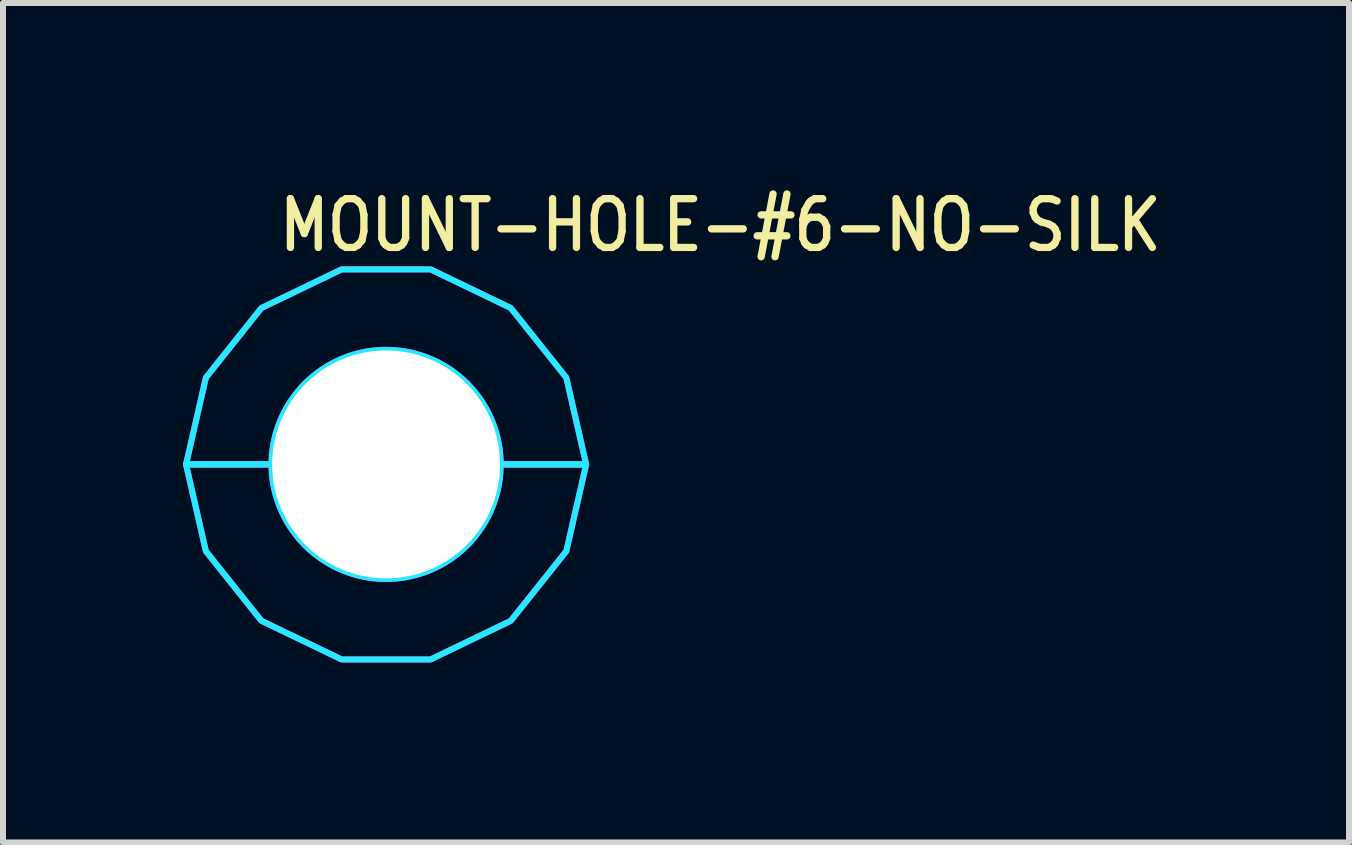
<source format=kicad_pcb>
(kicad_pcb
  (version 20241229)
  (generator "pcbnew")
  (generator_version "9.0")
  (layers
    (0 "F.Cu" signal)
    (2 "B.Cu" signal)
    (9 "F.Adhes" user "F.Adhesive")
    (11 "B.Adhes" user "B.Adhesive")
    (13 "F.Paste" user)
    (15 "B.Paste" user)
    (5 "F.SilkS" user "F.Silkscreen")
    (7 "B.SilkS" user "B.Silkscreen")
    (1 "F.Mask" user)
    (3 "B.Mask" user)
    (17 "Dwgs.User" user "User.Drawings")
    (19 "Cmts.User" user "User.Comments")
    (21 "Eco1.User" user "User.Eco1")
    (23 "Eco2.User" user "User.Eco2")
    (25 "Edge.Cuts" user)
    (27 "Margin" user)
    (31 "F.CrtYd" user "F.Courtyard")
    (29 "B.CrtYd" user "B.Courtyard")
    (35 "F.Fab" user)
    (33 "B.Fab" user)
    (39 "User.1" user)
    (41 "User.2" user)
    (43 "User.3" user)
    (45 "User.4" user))
  (footprint "MOUNT-HOLE-#6-NO-SILK"
    (layer "F.Cu")
    (at 3.384 4.689)
    (property "Reference" "MOUNT-HOLE-#6-NO-SILK" (at -1.84 -3.51 0) (unlocked yes) (layer "F.SilkS") (effects (font (size 0.813 0.695) (thickness 0.122)) (justify left bottom)))
    (fp_circle (center 0 0) (end 3.124 0) (stroke (width 0) (type solid)) (fill yes) (layer "F.Mask"))
    (fp_circle (center 0 0) (end 3.25 0) (stroke (width 0) (type solid)) (fill yes) (layer "F.Mask"))
    (fp_circle (center 0 0) (end 3.25 0) (stroke (width 0) (type solid)) (fill yes) (layer "F.Mask"))
    (fp_circle (center 0 0) (end 3.124 0) (stroke (width 0) (type solid)) (fill yes) (layer "B.Mask"))
    (fp_circle (center 0 0) (end 3.25 0) (stroke (width 0) (type solid)) (fill yes) (layer "B.Mask"))
    (fp_poly (pts (xy -3.334 0) (xy -3.003 -1.446) (xy -2.078 -2.606) (xy -0.742 -3.25) (xy 0.742 -3.25) (xy 2.078 -2.606) (xy 3.003 -1.446) (xy 3.334 0) (xy 1.909 0) (xy 1.909 -0.000078) (xy 1.908 -0.03) (xy 1.908 -0.03) (xy 1.908 -0.06) (xy 1.908 -0.06) (xy 1.907 -0.09) (xy 1.907 -0.09) (xy 1.905 -0.12) (xy 1.905 -0.12) (xy 1.903 -0.15) (xy 1.903 -0.15) (xy 1.9 -0.18) (xy 1.9 -0.18) (xy 1.897 -0.209) (xy 1.897 -0.21) (xy 1.894 -0.239) (xy 1.894 -0.239) (xy 1.89 -0.269) (xy 1.89 -0.269) (xy 1.885 -0.298) (xy 1.885 -0.299) (xy 1.88 -0.328) (xy 1.88 -0.328) (xy 1.875 -0.358) (xy 1.875 -0.358) (xy 1.869 -0.387) (xy 1.869 -0.387) (xy 1.863 -0.416) (xy 1.863 -0.416) (xy 1.856 -0.445) (xy 1.856 -0.446) (xy 1.849 -0.475) (xy 1.849 -0.475) (xy 1.841 -0.504) (xy 1.841 -0.504) (xy 1.833 -0.532) (xy 1.833 -0.533) (xy 1.824 -0.561) (xy 1.824 -0.561) (xy 1.815 -0.59) (xy 1.815 -0.59) (xy 1.806 -0.618) (xy 1.806 -0.618) (xy 1.796 -0.646) (xy 1.796 -0.647) (xy 1.785 -0.675) (xy 1.785 -0.675) (xy 1.775 -0.703) (xy 1.775 -0.703) (xy 1.763 -0.73) (xy 1.763 -0.73) (xy 1.752 -0.758) (xy 1.752 -0.758) (xy 1.74 -0.785) (xy 1.74 -0.786) (xy 1.727 -0.813) (xy 1.727 -0.813) (xy 1.714 -0.84) (xy 1.714 -0.84) (xy 1.701 -0.866) (xy 1.701 -0.867) (xy 1.687 -0.893) (xy 1.687 -0.893) (xy 1.673 -0.919) (xy 1.673 -0.92) (xy 1.658 -0.946) (xy 1.658 -0.946) (xy 1.643 -0.972) (xy 1.643 -0.972) (xy 1.627 -0.997) (xy 1.627 -0.997) (xy 1.612 -1.023) (xy 1.611 -1.023) (xy 1.595 -1.048) (xy 1.595 -1.048) (xy 1.579 -1.073) (xy 1.579 -1.073) (xy 1.562 -1.097) (xy 1.562 -1.098) (xy 1.544 -1.122) (xy 1.544 -1.122) (xy 1.526 -1.146) (xy 1.526 -1.146) (xy 1.508 -1.17) (xy 1.508 -1.17) (xy 1.49 -1.193) (xy 1.49 -1.193) (xy 1.471 -1.217) (xy 1.471 -1.217) (xy 1.451 -1.24) (xy 1.451 -1.24) (xy 1.432 -1.262) (xy 1.432 -1.262) (xy 1.412 -1.284) (xy 1.412 -1.285) (xy 1.391 -1.307) (xy 1.391 -1.307) (xy 1.371 -1.328) (xy 1.371 -1.328) (xy 1.35 -1.35) (xy 1.35 -1.35) (xy 1.328 -1.371) (xy 1.328 -1.371) (xy 1.307 -1.391) (xy 1.307 -1.391) (xy 1.285 -1.412) (xy 1.284 -1.412) (xy 1.262 -1.432) (xy 1.262 -1.432) (xy 1.24 -1.451) (xy 1.24 -1.451) (xy 1.217 -1.471) (xy 1.217 -1.471) (xy 1.193 -1.49) (xy 1.193 -1.49) (xy 1.17 -1.508) (xy 1.17 -1.508) (xy 1.146 -1.526) (xy 1.146 -1.526) (xy 1.122 -1.544) (xy 1.122 -1.544) (xy 1.098 -1.562) (xy 1.097 -1.562) (xy 1.073 -1.579) (xy 1.073 -1.579) (xy 1.048 -1.595) (xy 1.048 -1.595) (xy 1.023 -1.611) (xy 1.023 -1.612) (xy 0.997 -1.627) (xy 0.997 -1.627) (xy 0.972 -1.643) (xy 0.972 -1.643) (xy 0.946 -1.658) (xy 0.946 -1.658) (xy 0.92 -1.673) (xy 0.919 -1.673) (xy 0.893 -1.687) (xy 0.893 -1.687) (xy 0.867 -1.701) (xy 0.866 -1.701) (xy 0.84 -1.714) (xy 0.84 -1.714) (xy 0.813 -1.727) (xy 0.813 -1.727) (xy 0.786 -1.74) (xy 0.785 -1.74) (xy 0.758 -1.752) (xy 0.758 -1.752) (xy 0.73 -1.763) (xy 0.73 -1.763) (xy 0.703 -1.775) (xy 0.703 -1.775) (xy 0.675 -1.785) (xy 0.675 -1.785) (xy 0.647 -1.796) (xy 0.646 -1.796) (xy 0.618 -1.806) (xy 0.618 -1.806) (xy 0.59 -1.815) (xy 0.59 -1.815) (xy 0.561 -1.824) (xy 0.561 -1.824) (xy 0.533 -1.833) (xy 0.532 -1.833) (xy 0.504 -1.841) (xy 0.504 -1.841) (xy 0.475 -1.849) (xy 0.475 -1.849) (xy 0.446 -1.856) (xy 0.445 -1.856) (xy 0.416 -1.863) (xy 0.416 -1.863) (xy 0.387 -1.869) (xy 0.387 -1.869) (xy 0.358 -1.875) (xy 0.358 -1.875) (xy 0.328 -1.88) (xy 0.328 -1.88) (xy 0.299 -1.885) (xy 0.298 -1.885) (xy 0.269 -1.89) (xy 0.269 -1.89) (xy 0.239 -1.894) (xy 0.239 -1.894) (xy 0.21 -1.897) (xy 0.209 -1.897) (xy 0.18 -1.9) (xy 0.18 -1.9) (xy 0.15 -1.903) (xy 0.15 -1.903) (xy 0.12 -1.905) (xy 0.12 -1.905) (xy 0.09 -1.907) (xy 0.09 -1.907) (xy 0.06 -1.908) (xy 0.06 -1.908) (xy 0.03 -1.908) (xy 0.03 -1.908) (xy 0.000078 -1.909) (xy -0.000078 -1.909) (xy -0.03 -1.908) (xy -0.03 -1.908) (xy -0.06 -1.908) (xy -0.06 -1.908) (xy -0.09 -1.907) (xy -0.09 -1.907) (xy -0.12 -1.905) (xy -0.12 -1.905) (xy -0.15 -1.903) (xy -0.15 -1.903) (xy -0.18 -1.9) (xy -0.18 -1.9) (xy -0.209 -1.897) (xy -0.21 -1.897) (xy -0.239 -1.894) (xy -0.239 -1.894) (xy -0.269 -1.89) (xy -0.269 -1.89) (xy -0.298 -1.885) (xy -0.299 -1.885) (xy -0.328 -1.88) (xy -0.328 -1.88) (xy -0.358 -1.875) (xy -0.358 -1.875) (xy -0.387 -1.869) (xy -0.387 -1.869) (xy -0.416 -1.863) (xy -0.416 -1.863) (xy -0.445 -1.856) (xy -0.446 -1.856) (xy -0.475 -1.849) (xy -0.475 -1.849) (xy -0.504 -1.841) (xy -0.504 -1.841) (xy -0.532 -1.833) (xy -0.533 -1.833) (xy -0.561 -1.824) (xy -0.561 -1.824) (xy -0.59 -1.815) (xy -0.59 -1.815) (xy -0.618 -1.806) (xy -0.618 -1.806) (xy -0.646 -1.796) (xy -0.647 -1.796) (xy -0.675 -1.785) (xy -0.675 -1.785) (xy -0.703 -1.775) (xy -0.703 -1.775) (xy -0.73 -1.763) (xy -0.73 -1.763) (xy -0.758 -1.752) (xy -0.758 -1.752) (xy -0.785 -1.74) (xy -0.786 -1.74) (xy -0.813 -1.727) (xy -0.813 -1.727) (xy -0.84 -1.714) (xy -0.84 -1.714) (xy -0.866 -1.701) (xy -0.867 -1.701) (xy -0.893 -1.687) (xy -0.893 -1.687) (xy -0.919 -1.673) (xy -0.92 -1.673) (xy -0.946 -1.658) (xy -0.946 -1.658) (xy -0.972 -1.643) (xy -0.972 -1.643) (xy -0.997 -1.627) (xy -0.997 -1.627) (xy -1.023 -1.612) (xy -1.023 -1.611) (xy -1.048 -1.595) (xy -1.048 -1.595) (xy -1.073 -1.579) (xy -1.073 -1.579) (xy -1.097 -1.562) (xy -1.098 -1.562) (xy -1.122 -1.544) (xy -1.122 -1.544) (xy -1.146 -1.526) (xy -1.146 -1.526) (xy -1.17 -1.508) (xy -1.17 -1.508) (xy -1.193 -1.49) (xy -1.193 -1.49) (xy -1.217 -1.471) (xy -1.217 -1.471) (xy -1.24 -1.451) (xy -1.24 -1.451) (xy -1.262 -1.432) (xy -1.262 -1.432) (xy -1.284 -1.412) (xy -1.285 -1.412) (xy -1.307 -1.391) (xy -1.307 -1.391) (xy -1.328 -1.371) (xy -1.328 -1.371) (xy -1.35 -1.35) (xy -1.35 -1.35) (xy -1.371 -1.328) (xy -1.371 -1.328) (xy -1.391 -1.307) (xy -1.391 -1.307) (xy -1.412 -1.285) (xy -1.412 -1.284) (xy -1.432 -1.262) (xy -1.432 -1.262) (xy -1.451 -1.24) (xy -1.451 -1.24) (xy -1.471 -1.217) (xy -1.471 -1.217) (xy -1.49 -1.193) (xy -1.49 -1.193) (xy -1.508 -1.17) (xy -1.508 -1.17) (xy -1.526 -1.146) (xy -1.526 -1.146) (xy -1.544 -1.122) (xy -1.544 -1.122) (xy -1.562 -1.098) (xy -1.562 -1.097) (xy -1.579 -1.073) (xy -1.579 -1.073) (xy -1.595 -1.048) (xy -1.595 -1.048) (xy -1.611 -1.023) (xy -1.612 -1.023) (xy -1.627 -0.997) (xy -1.627 -0.997) (xy -1.643 -0.972) (xy -1.643 -0.972) (xy -1.658 -0.946) (xy -1.658 -0.946) (xy -1.673 -0.92) (xy -1.673 -0.919) (xy -1.687 -0.893) (xy -1.687 -0.893) (xy -1.701 -0.867) (xy -1.701 -0.866) (xy -1.714 -0.84) (xy -1.714 -0.84) (xy -1.727 -0.813) (xy -1.727 -0.813) (xy -1.74 -0.786) (xy -1.74 -0.785) (xy -1.752 -0.758) (xy -1.752 -0.758) (xy -1.763 -0.73) (xy -1.763 -0.73) (xy -1.775 -0.703) (xy -1.775 -0.703) (xy -1.785 -0.675) (xy -1.785 -0.675) (xy -1.796 -0.647) (xy -1.796 -0.646) (xy -1.806 -0.618) (xy -1.806 -0.618) (xy -1.815 -0.59) (xy -1.815 -0.59) (xy -1.824 -0.561) (xy -1.824 -0.561) (xy -1.833 -0.533) (xy -1.833 -0.532) (xy -1.841 -0.504) (xy -1.841 -0.504) (xy -1.849 -0.475) (xy -1.849 -0.475) (xy -1.856 -0.446) (xy -1.856 -0.445) (xy -1.863 -0.416) (xy -1.863 -0.416) (xy -1.869 -0.387) (xy -1.869 -0.387) (xy -1.875 -0.358) (xy -1.875 -0.358) (xy -1.88 -0.328) (xy -1.88 -0.328) (xy -1.885 -0.299) (xy -1.885 -0.298) (xy -1.89 -0.269) (xy -1.89 -0.269) (xy -1.894 -0.239) (xy -1.894 -0.239) (xy -1.897 -0.21) (xy -1.897 -0.209) (xy -1.9 -0.18) (xy -1.9 -0.18) (xy -1.903 -0.15) (xy -1.903 -0.15) (xy -1.905 -0.12) (xy -1.905 -0.12) (xy -1.907 -0.09) (xy -1.907 -0.09) (xy -1.908 -0.06) (xy -1.908 -0.06) (xy -1.908 -0.03) (xy -1.908 -0.03) (xy -1.909 -0.000078) (xy -1.909 0)) (stroke (width 0.1) (type solid)) (fill no) (layer "B.CrtYd"))
    (fp_poly (pts (xy 3.003 1.446) (xy 2.078 2.606) (xy 0.742 3.25) (xy -0.742 3.25) (xy -2.078 2.606) (xy -3.003 1.446) (xy -3.334 0) (xy -1.909 0) (xy -1.909 0.000078) (xy -1.908 0.03) (xy -1.908 0.03) (xy -1.908 0.06) (xy -1.908 0.06) (xy -1.907 0.09) (xy -1.907 0.09) (xy -1.905 0.12) (xy -1.905 0.12) (xy -1.903 0.15) (xy -1.903 0.15) (xy -1.9 0.18) (xy -1.9 0.18) (xy -1.897 0.209) (xy -1.897 0.21) (xy -1.894 0.239) (xy -1.894 0.239) (xy -1.89 0.269) (xy -1.89 0.269) (xy -1.885 0.298) (xy -1.885 0.299) (xy -1.88 0.328) (xy -1.88 0.328) (xy -1.875 0.358) (xy -1.875 0.358) (xy -1.869 0.387) (xy -1.869 0.387) (xy -1.863 0.416) (xy -1.863 0.416) (xy -1.856 0.445) (xy -1.856 0.446) (xy -1.849 0.475) (xy -1.849 0.475) (xy -1.841 0.504) (xy -1.841 0.504) (xy -1.833 0.532) (xy -1.833 0.533) (xy -1.824 0.561) (xy -1.824 0.561) (xy -1.815 0.59) (xy -1.815 0.59) (xy -1.806 0.618) (xy -1.806 0.618) (xy -1.796 0.646) (xy -1.796 0.647) (xy -1.785 0.675) (xy -1.785 0.675) (xy -1.775 0.703) (xy -1.775 0.703) (xy -1.763 0.73) (xy -1.763 0.73) (xy -1.752 0.758) (xy -1.752 0.758) (xy -1.74 0.785) (xy -1.74 0.786) (xy -1.727 0.813) (xy -1.727 0.813) (xy -1.714 0.84) (xy -1.714 0.84) (xy -1.701 0.866) (xy -1.701 0.867) (xy -1.687 0.893) (xy -1.687 0.893) (xy -1.673 0.919) (xy -1.673 0.92) (xy -1.658 0.946) (xy -1.658 0.946) (xy -1.643 0.972) (xy -1.643 0.972) (xy -1.627 0.997) (xy -1.627 0.997) (xy -1.612 1.023) (xy -1.611 1.023) (xy -1.595 1.048) (xy -1.595 1.048) (xy -1.579 1.073) (xy -1.579 1.073) (xy -1.562 1.097) (xy -1.562 1.098) (xy -1.544 1.122) (xy -1.544 1.122) (xy -1.526 1.146) (xy -1.526 1.146) (xy -1.508 1.17) (xy -1.508 1.17) (xy -1.49 1.193) (xy -1.49 1.193) (xy -1.471 1.217) (xy -1.471 1.217) (xy -1.451 1.24) (xy -1.451 1.24) (xy -1.432 1.262) (xy -1.432 1.262) (xy -1.412 1.284) (xy -1.412 1.285) (xy -1.391 1.307) (xy -1.391 1.307) (xy -1.371 1.328) (xy -1.371 1.328) (xy -1.35 1.35) (xy -1.35 1.35) (xy -1.328 1.371) (xy -1.328 1.371) (xy -1.307 1.391) (xy -1.307 1.391) (xy -1.285 1.412) (xy -1.284 1.412) (xy -1.262 1.432) (xy -1.262 1.432) (xy -1.24 1.451) (xy -1.24 1.451) (xy -1.217 1.471) (xy -1.217 1.471) (xy -1.193 1.49) (xy -1.193 1.49) (xy -1.17 1.508) (xy -1.17 1.508) (xy -1.146 1.526) (xy -1.146 1.526) (xy -1.122 1.544) (xy -1.122 1.544) (xy -1.098 1.562) (xy -1.097 1.562) (xy -1.073 1.579) (xy -1.073 1.579) (xy -1.048 1.595) (xy -1.048 1.595) (xy -1.023 1.611) (xy -1.023 1.612) (xy -0.997 1.627) (xy -0.997 1.627) (xy -0.972 1.643) (xy -0.972 1.643) (xy -0.946 1.658) (xy -0.946 1.658) (xy -0.92 1.673) (xy -0.919 1.673) (xy -0.893 1.687) (xy -0.893 1.687) (xy -0.867 1.701) (xy -0.866 1.701) (xy -0.84 1.714) (xy -0.84 1.714) (xy -0.813 1.727) (xy -0.813 1.727) (xy -0.786 1.74) (xy -0.785 1.74) (xy -0.758 1.752) (xy -0.758 1.752) (xy -0.73 1.763) (xy -0.73 1.763) (xy -0.703 1.775) (xy -0.703 1.775) (xy -0.675 1.785) (xy -0.675 1.785) (xy -0.647 1.796) (xy -0.646 1.796) (xy -0.618 1.806) (xy -0.618 1.806) (xy -0.59 1.815) (xy -0.59 1.815) (xy -0.561 1.824) (xy -0.561 1.824) (xy -0.533 1.833) (xy -0.532 1.833) (xy -0.504 1.841) (xy -0.504 1.841) (xy -0.475 1.849) (xy -0.475 1.849) (xy -0.446 1.856) (xy -0.445 1.856) (xy -0.416 1.863) (xy -0.416 1.863) (xy -0.387 1.869) (xy -0.387 1.869) (xy -0.358 1.875) (xy -0.358 1.875) (xy -0.328 1.88) (xy -0.328 1.88) (xy -0.299 1.885) (xy -0.298 1.885) (xy -0.269 1.89) (xy -0.269 1.89) (xy -0.239 1.894) (xy -0.239 1.894) (xy -0.21 1.897) (xy -0.209 1.897) (xy -0.18 1.9) (xy -0.18 1.9) (xy -0.15 1.903) (xy -0.15 1.903) (xy -0.12 1.905) (xy -0.12 1.905) (xy -0.09 1.907) (xy -0.09 1.907) (xy -0.06 1.908) (xy -0.06 1.908) (xy -0.03 1.908) (xy -0.03 1.908) (xy -0.000078 1.909) (xy 0.000078 1.909) (xy 0.03 1.908) (xy 0.03 1.908) (xy 0.06 1.908) (xy 0.06 1.908) (xy 0.09 1.907) (xy 0.09 1.907) (xy 0.12 1.905) (xy 0.12 1.905) (xy 0.15 1.903) (xy 0.15 1.903) (xy 0.18 1.9) (xy 0.18 1.9) (xy 0.209 1.897) (xy 0.21 1.897) (xy 0.239 1.894) (xy 0.239 1.894) (xy 0.269 1.89) (xy 0.269 1.89) (xy 0.298 1.885) (xy 0.299 1.885) (xy 0.328 1.88) (xy 0.328 1.88) (xy 0.358 1.875) (xy 0.358 1.875) (xy 0.387 1.869) (xy 0.387 1.869) (xy 0.416 1.863) (xy 0.416 1.863) (xy 0.445 1.856) (xy 0.446 1.856) (xy 0.475 1.849) (xy 0.475 1.849) (xy 0.504 1.841) (xy 0.504 1.841) (xy 0.532 1.833) (xy 0.533 1.833) (xy 0.561 1.824) (xy 0.561 1.824) (xy 0.59 1.815) (xy 0.59 1.815) (xy 0.618 1.806) (xy 0.618 1.806) (xy 0.646 1.796) (xy 0.647 1.796) (xy 0.675 1.785) (xy 0.675 1.785) (xy 0.703 1.775) (xy 0.703 1.775) (xy 0.73 1.763) (xy 0.73 1.763) (xy 0.758 1.752) (xy 0.758 1.752) (xy 0.785 1.74) (xy 0.786 1.74) (xy 0.813 1.727) (xy 0.813 1.727) (xy 0.84 1.714) (xy 0.84 1.714) (xy 0.866 1.701) (xy 0.867 1.701) (xy 0.893 1.687) (xy 0.893 1.687) (xy 0.919 1.673) (xy 0.92 1.673) (xy 0.946 1.658) (xy 0.946 1.658) (xy 0.972 1.643) (xy 0.972 1.643) (xy 0.997 1.627) (xy 0.997 1.627) (xy 1.023 1.612) (xy 1.023 1.611) (xy 1.048 1.595) (xy 1.048 1.595) (xy 1.073 1.579) (xy 1.073 1.579) (xy 1.097 1.562) (xy 1.098 1.562) (xy 1.122 1.544) (xy 1.122 1.544) (xy 1.146 1.526) (xy 1.146 1.526) (xy 1.17 1.508) (xy 1.17 1.508) (xy 1.193 1.49) (xy 1.193 1.49) (xy 1.217 1.471) (xy 1.217 1.471) (xy 1.24 1.451) (xy 1.24 1.451) (xy 1.262 1.432) (xy 1.262 1.432) (xy 1.284 1.412) (xy 1.285 1.412) (xy 1.307 1.391) (xy 1.307 1.391) (xy 1.328 1.371) (xy 1.328 1.371) (xy 1.35 1.35) (xy 1.35 1.35) (xy 1.371 1.328) (xy 1.371 1.328) (xy 1.391 1.307) (xy 1.391 1.307) (xy 1.412 1.285) (xy 1.412 1.284) (xy 1.432 1.262) (xy 1.432 1.262) (xy 1.451 1.24) (xy 1.451 1.24) (xy 1.471 1.217) (xy 1.471 1.217) (xy 1.49 1.193) (xy 1.49 1.193) (xy 1.508 1.17) (xy 1.508 1.17) (xy 1.526 1.146) (xy 1.526 1.146) (xy 1.544 1.122) (xy 1.544 1.122) (xy 1.562 1.098) (xy 1.562 1.097) (xy 1.579 1.073) (xy 1.579 1.073) (xy 1.595 1.048) (xy 1.595 1.048) (xy 1.611 1.023) (xy 1.612 1.023) (xy 1.627 0.997) (xy 1.627 0.997) (xy 1.643 0.972) (xy 1.643 0.972) (xy 1.658 0.946) (xy 1.658 0.946) (xy 1.673 0.92) (xy 1.673 0.919) (xy 1.687 0.893) (xy 1.687 0.893) (xy 1.701 0.867) (xy 1.701 0.866) (xy 1.714 0.84) (xy 1.714 0.84) (xy 1.727 0.813) (xy 1.727 0.813) (xy 1.74 0.786) (xy 1.74 0.785) (xy 1.752 0.758) (xy 1.752 0.758) (xy 1.763 0.73) (xy 1.763 0.73) (xy 1.775 0.703) (xy 1.775 0.703) (xy 1.785 0.675) (xy 1.785 0.675) (xy 1.796 0.647) (xy 1.796 0.646) (xy 1.806 0.618) (xy 1.806 0.618) (xy 1.815 0.59) (xy 1.815 0.59) (xy 1.824 0.561) (xy 1.824 0.561) (xy 1.833 0.533) (xy 1.833 0.532) (xy 1.841 0.504) (xy 1.841 0.504) (xy 1.849 0.475) (xy 1.849 0.475) (xy 1.856 0.446) (xy 1.856 0.445) (xy 1.863 0.416) (xy 1.863 0.416) (xy 1.869 0.387) (xy 1.869 0.387) (xy 1.875 0.358) (xy 1.875 0.358) (xy 1.88 0.328) (xy 1.88 0.328) (xy 1.885 0.299) (xy 1.885 0.298) (xy 1.89 0.269) (xy 1.89 0.269) (xy 1.894 0.239) (xy 1.894 0.239) (xy 1.897 0.21) (xy 1.897 0.209) (xy 1.9 0.18) (xy 1.9 0.18) (xy 1.903 0.15) (xy 1.903 0.15) (xy 1.905 0.12) (xy 1.905 0.12) (xy 1.907 0.09) (xy 1.907 0.09) (xy 1.908 0.06) (xy 1.908 0.06) (xy 1.908 0.03) (xy 1.908 0.03) (xy 1.909 0.000078) (xy 1.909 0) (xy 3.334 0)) (stroke (width 0.1) (type solid)) (fill no) (layer "B.CrtYd"))
    (fp_poly (pts (xy -3.334 0) (xy -3.003 -1.446) (xy -2.078 -2.606) (xy -0.742 -3.25) (xy 0.742 -3.25) (xy 2.078 -2.606) (xy 3.003 -1.446) (xy 3.334 0) (xy 1.909 0) (xy 1.909 -0.000078) (xy 1.908 -0.03) (xy 1.908 -0.03) (xy 1.908 -0.06) (xy 1.908 -0.06) (xy 1.907 -0.09) (xy 1.907 -0.09) (xy 1.905 -0.12) (xy 1.905 -0.12) (xy 1.903 -0.15) (xy 1.903 -0.15) (xy 1.9 -0.18) (xy 1.9 -0.18) (xy 1.897 -0.209) (xy 1.897 -0.21) (xy 1.894 -0.239) (xy 1.894 -0.239) (xy 1.89 -0.269) (xy 1.89 -0.269) (xy 1.885 -0.298) (xy 1.885 -0.299) (xy 1.88 -0.328) (xy 1.88 -0.328) (xy 1.875 -0.358) (xy 1.875 -0.358) (xy 1.869 -0.387) (xy 1.869 -0.387) (xy 1.863 -0.416) (xy 1.863 -0.416) (xy 1.856 -0.445) (xy 1.856 -0.446) (xy 1.849 -0.475) (xy 1.849 -0.475) (xy 1.841 -0.504) (xy 1.841 -0.504) (xy 1.833 -0.532) (xy 1.833 -0.533) (xy 1.824 -0.561) (xy 1.824 -0.561) (xy 1.815 -0.59) (xy 1.815 -0.59) (xy 1.806 -0.618) (xy 1.806 -0.618) (xy 1.796 -0.646) (xy 1.796 -0.647) (xy 1.785 -0.675) (xy 1.785 -0.675) (xy 1.775 -0.703) (xy 1.775 -0.703) (xy 1.763 -0.73) (xy 1.763 -0.73) (xy 1.752 -0.758) (xy 1.752 -0.758) (xy 1.74 -0.785) (xy 1.74 -0.786) (xy 1.727 -0.813) (xy 1.727 -0.813) (xy 1.714 -0.84) (xy 1.714 -0.84) (xy 1.701 -0.866) (xy 1.701 -0.867) (xy 1.687 -0.893) (xy 1.687 -0.893) (xy 1.673 -0.919) (xy 1.673 -0.92) (xy 1.658 -0.946) (xy 1.658 -0.946) (xy 1.643 -0.972) (xy 1.643 -0.972) (xy 1.627 -0.997) (xy 1.627 -0.997) (xy 1.612 -1.023) (xy 1.611 -1.023) (xy 1.595 -1.048) (xy 1.595 -1.048) (xy 1.579 -1.073) (xy 1.579 -1.073) (xy 1.562 -1.097) (xy 1.562 -1.098) (xy 1.544 -1.122) (xy 1.544 -1.122) (xy 1.526 -1.146) (xy 1.526 -1.146) (xy 1.508 -1.17) (xy 1.508 -1.17) (xy 1.49 -1.193) (xy 1.49 -1.193) (xy 1.471 -1.217) (xy 1.471 -1.217) (xy 1.451 -1.24) (xy 1.451 -1.24) (xy 1.432 -1.262) (xy 1.432 -1.262) (xy 1.412 -1.284) (xy 1.412 -1.285) (xy 1.391 -1.307) (xy 1.391 -1.307) (xy 1.371 -1.328) (xy 1.371 -1.328) (xy 1.35 -1.35) (xy 1.35 -1.35) (xy 1.328 -1.371) (xy 1.328 -1.371) (xy 1.307 -1.391) (xy 1.307 -1.391) (xy 1.285 -1.412) (xy 1.284 -1.412) (xy 1.262 -1.432) (xy 1.262 -1.432) (xy 1.24 -1.451) (xy 1.24 -1.451) (xy 1.217 -1.471) (xy 1.217 -1.471) (xy 1.193 -1.49) (xy 1.193 -1.49) (xy 1.17 -1.508) (xy 1.17 -1.508) (xy 1.146 -1.526) (xy 1.146 -1.526) (xy 1.122 -1.544) (xy 1.122 -1.544) (xy 1.098 -1.562) (xy 1.097 -1.562) (xy 1.073 -1.579) (xy 1.073 -1.579) (xy 1.048 -1.595) (xy 1.048 -1.595) (xy 1.023 -1.611) (xy 1.023 -1.612) (xy 0.997 -1.627) (xy 0.997 -1.627) (xy 0.972 -1.643) (xy 0.972 -1.643) (xy 0.946 -1.658) (xy 0.946 -1.658) (xy 0.92 -1.673) (xy 0.919 -1.673) (xy 0.893 -1.687) (xy 0.893 -1.687) (xy 0.867 -1.701) (xy 0.866 -1.701) (xy 0.84 -1.714) (xy 0.84 -1.714) (xy 0.813 -1.727) (xy 0.813 -1.727) (xy 0.786 -1.74) (xy 0.785 -1.74) (xy 0.758 -1.752) (xy 0.758 -1.752) (xy 0.73 -1.763) (xy 0.73 -1.763) (xy 0.703 -1.775) (xy 0.703 -1.775) (xy 0.675 -1.785) (xy 0.675 -1.785) (xy 0.647 -1.796) (xy 0.646 -1.796) (xy 0.618 -1.806) (xy 0.618 -1.806) (xy 0.59 -1.815) (xy 0.59 -1.815) (xy 0.561 -1.824) (xy 0.561 -1.824) (xy 0.533 -1.833) (xy 0.532 -1.833) (xy 0.504 -1.841) (xy 0.504 -1.841) (xy 0.475 -1.849) (xy 0.475 -1.849) (xy 0.446 -1.856) (xy 0.445 -1.856) (xy 0.416 -1.863) (xy 0.416 -1.863) (xy 0.387 -1.869) (xy 0.387 -1.869) (xy 0.358 -1.875) (xy 0.358 -1.875) (xy 0.328 -1.88) (xy 0.328 -1.88) (xy 0.299 -1.885) (xy 0.298 -1.885) (xy 0.269 -1.89) (xy 0.269 -1.89) (xy 0.239 -1.894) (xy 0.239 -1.894) (xy 0.21 -1.897) (xy 0.209 -1.897) (xy 0.18 -1.9) (xy 0.18 -1.9) (xy 0.15 -1.903) (xy 0.15 -1.903) (xy 0.12 -1.905) (xy 0.12 -1.905) (xy 0.09 -1.907) (xy 0.09 -1.907) (xy 0.06 -1.908) (xy 0.06 -1.908) (xy 0.03 -1.908) (xy 0.03 -1.908) (xy 0.000078 -1.909) (xy -0.000078 -1.909) (xy -0.03 -1.908) (xy -0.03 -1.908) (xy -0.06 -1.908) (xy -0.06 -1.908) (xy -0.09 -1.907) (xy -0.09 -1.907) (xy -0.12 -1.905) (xy -0.12 -1.905) (xy -0.15 -1.903) (xy -0.15 -1.903) (xy -0.18 -1.9) (xy -0.18 -1.9) (xy -0.209 -1.897) (xy -0.21 -1.897) (xy -0.239 -1.894) (xy -0.239 -1.894) (xy -0.269 -1.89) (xy -0.269 -1.89) (xy -0.298 -1.885) (xy -0.299 -1.885) (xy -0.328 -1.88) (xy -0.328 -1.88) (xy -0.358 -1.875) (xy -0.358 -1.875) (xy -0.387 -1.869) (xy -0.387 -1.869) (xy -0.416 -1.863) (xy -0.416 -1.863) (xy -0.445 -1.856) (xy -0.446 -1.856) (xy -0.475 -1.849) (xy -0.475 -1.849) (xy -0.504 -1.841) (xy -0.504 -1.841) (xy -0.532 -1.833) (xy -0.533 -1.833) (xy -0.561 -1.824) (xy -0.561 -1.824) (xy -0.59 -1.815) (xy -0.59 -1.815) (xy -0.618 -1.806) (xy -0.618 -1.806) (xy -0.646 -1.796) (xy -0.647 -1.796) (xy -0.675 -1.785) (xy -0.675 -1.785) (xy -0.703 -1.775) (xy -0.703 -1.775) (xy -0.73 -1.763) (xy -0.73 -1.763) (xy -0.758 -1.752) (xy -0.758 -1.752) (xy -0.785 -1.74) (xy -0.786 -1.74) (xy -0.813 -1.727) (xy -0.813 -1.727) (xy -0.84 -1.714) (xy -0.84 -1.714) (xy -0.866 -1.701) (xy -0.867 -1.701) (xy -0.893 -1.687) (xy -0.893 -1.687) (xy -0.919 -1.673) (xy -0.92 -1.673) (xy -0.946 -1.658) (xy -0.946 -1.658) (xy -0.972 -1.643) (xy -0.972 -1.643) (xy -0.997 -1.627) (xy -0.997 -1.627) (xy -1.023 -1.612) (xy -1.023 -1.611) (xy -1.048 -1.595) (xy -1.048 -1.595) (xy -1.073 -1.579) (xy -1.073 -1.579) (xy -1.097 -1.562) (xy -1.098 -1.562) (xy -1.122 -1.544) (xy -1.122 -1.544) (xy -1.146 -1.526) (xy -1.146 -1.526) (xy -1.17 -1.508) (xy -1.17 -1.508) (xy -1.193 -1.49) (xy -1.193 -1.49) (xy -1.217 -1.471) (xy -1.217 -1.471) (xy -1.24 -1.451) (xy -1.24 -1.451) (xy -1.262 -1.432) (xy -1.262 -1.432) (xy -1.284 -1.412) (xy -1.285 -1.412) (xy -1.307 -1.391) (xy -1.307 -1.391) (xy -1.328 -1.371) (xy -1.328 -1.371) (xy -1.35 -1.35) (xy -1.35 -1.35) (xy -1.371 -1.328) (xy -1.371 -1.328) (xy -1.391 -1.307) (xy -1.391 -1.307) (xy -1.412 -1.285) (xy -1.412 -1.284) (xy -1.432 -1.262) (xy -1.432 -1.262) (xy -1.451 -1.24) (xy -1.451 -1.24) (xy -1.471 -1.217) (xy -1.471 -1.217) (xy -1.49 -1.193) (xy -1.49 -1.193) (xy -1.508 -1.17) (xy -1.508 -1.17) (xy -1.526 -1.146) (xy -1.526 -1.146) (xy -1.544 -1.122) (xy -1.544 -1.122) (xy -1.562 -1.098) (xy -1.562 -1.097) (xy -1.579 -1.073) (xy -1.579 -1.073) (xy -1.595 -1.048) (xy -1.595 -1.048) (xy -1.611 -1.023) (xy -1.612 -1.023) (xy -1.627 -0.997) (xy -1.627 -0.997) (xy -1.643 -0.972) (xy -1.643 -0.972) (xy -1.658 -0.946) (xy -1.658 -0.946) (xy -1.673 -0.92) (xy -1.673 -0.919) (xy -1.687 -0.893) (xy -1.687 -0.893) (xy -1.701 -0.867) (xy -1.701 -0.866) (xy -1.714 -0.84) (xy -1.714 -0.84) (xy -1.727 -0.813) (xy -1.727 -0.813) (xy -1.74 -0.786) (xy -1.74 -0.785) (xy -1.752 -0.758) (xy -1.752 -0.758) (xy -1.763 -0.73) (xy -1.763 -0.73) (xy -1.775 -0.703) (xy -1.775 -0.703) (xy -1.785 -0.675) (xy -1.785 -0.675) (xy -1.796 -0.647) (xy -1.796 -0.646) (xy -1.806 -0.618) (xy -1.806 -0.618) (xy -1.815 -0.59) (xy -1.815 -0.59) (xy -1.824 -0.561) (xy -1.824 -0.561) (xy -1.833 -0.533) (xy -1.833 -0.532) (xy -1.841 -0.504) (xy -1.841 -0.504) (xy -1.849 -0.475) (xy -1.849 -0.475) (xy -1.856 -0.446) (xy -1.856 -0.445) (xy -1.863 -0.416) (xy -1.863 -0.416) (xy -1.869 -0.387) (xy -1.869 -0.387) (xy -1.875 -0.358) (xy -1.875 -0.358) (xy -1.88 -0.328) (xy -1.88 -0.328) (xy -1.885 -0.299) (xy -1.885 -0.298) (xy -1.89 -0.269) (xy -1.89 -0.269) (xy -1.894 -0.239) (xy -1.894 -0.239) (xy -1.897 -0.21) (xy -1.897 -0.209) (xy -1.9 -0.18) (xy -1.9 -0.18) (xy -1.903 -0.15) (xy -1.903 -0.15) (xy -1.905 -0.12) (xy -1.905 -0.12) (xy -1.907 -0.09) (xy -1.907 -0.09) (xy -1.908 -0.06) (xy -1.908 -0.06) (xy -1.908 -0.03) (xy -1.908 -0.03) (xy -1.909 -0.000078) (xy -1.909 0)) (stroke (width 0.1) (type solid)) (fill no) (layer "F.CrtYd"))
    (fp_poly (pts (xy 3.003 1.446) (xy 2.078 2.606) (xy 0.742 3.25) (xy -0.742 3.25) (xy -2.078 2.606) (xy -3.003 1.446) (xy -3.334 0) (xy -1.909 0) (xy -1.909 0.000078) (xy -1.908 0.03) (xy -1.908 0.03) (xy -1.908 0.06) (xy -1.908 0.06) (xy -1.907 0.09) (xy -1.907 0.09) (xy -1.905 0.12) (xy -1.905 0.12) (xy -1.903 0.15) (xy -1.903 0.15) (xy -1.9 0.18) (xy -1.9 0.18) (xy -1.897 0.209) (xy -1.897 0.21) (xy -1.894 0.239) (xy -1.894 0.239) (xy -1.89 0.269) (xy -1.89 0.269) (xy -1.885 0.298) (xy -1.885 0.299) (xy -1.88 0.328) (xy -1.88 0.328) (xy -1.875 0.358) (xy -1.875 0.358) (xy -1.869 0.387) (xy -1.869 0.387) (xy -1.863 0.416) (xy -1.863 0.416) (xy -1.856 0.445) (xy -1.856 0.446) (xy -1.849 0.475) (xy -1.849 0.475) (xy -1.841 0.504) (xy -1.841 0.504) (xy -1.833 0.532) (xy -1.833 0.533) (xy -1.824 0.561) (xy -1.824 0.561) (xy -1.815 0.59) (xy -1.815 0.59) (xy -1.806 0.618) (xy -1.806 0.618) (xy -1.796 0.646) (xy -1.796 0.647) (xy -1.785 0.675) (xy -1.785 0.675) (xy -1.775 0.703) (xy -1.775 0.703) (xy -1.763 0.73) (xy -1.763 0.73) (xy -1.752 0.758) (xy -1.752 0.758) (xy -1.74 0.785) (xy -1.74 0.786) (xy -1.727 0.813) (xy -1.727 0.813) (xy -1.714 0.84) (xy -1.714 0.84) (xy -1.701 0.866) (xy -1.701 0.867) (xy -1.687 0.893) (xy -1.687 0.893) (xy -1.673 0.919) (xy -1.673 0.92) (xy -1.658 0.946) (xy -1.658 0.946) (xy -1.643 0.972) (xy -1.643 0.972) (xy -1.627 0.997) (xy -1.627 0.997) (xy -1.612 1.023) (xy -1.611 1.023) (xy -1.595 1.048) (xy -1.595 1.048) (xy -1.579 1.073) (xy -1.579 1.073) (xy -1.562 1.097) (xy -1.562 1.098) (xy -1.544 1.122) (xy -1.544 1.122) (xy -1.526 1.146) (xy -1.526 1.146) (xy -1.508 1.17) (xy -1.508 1.17) (xy -1.49 1.193) (xy -1.49 1.193) (xy -1.471 1.217) (xy -1.471 1.217) (xy -1.451 1.24) (xy -1.451 1.24) (xy -1.432 1.262) (xy -1.432 1.262) (xy -1.412 1.284) (xy -1.412 1.285) (xy -1.391 1.307) (xy -1.391 1.307) (xy -1.371 1.328) (xy -1.371 1.328) (xy -1.35 1.35) (xy -1.35 1.35) (xy -1.328 1.371) (xy -1.328 1.371) (xy -1.307 1.391) (xy -1.307 1.391) (xy -1.285 1.412) (xy -1.284 1.412) (xy -1.262 1.432) (xy -1.262 1.432) (xy -1.24 1.451) (xy -1.24 1.451) (xy -1.217 1.471) (xy -1.217 1.471) (xy -1.193 1.49) (xy -1.193 1.49) (xy -1.17 1.508) (xy -1.17 1.508) (xy -1.146 1.526) (xy -1.146 1.526) (xy -1.122 1.544) (xy -1.122 1.544) (xy -1.098 1.562) (xy -1.097 1.562) (xy -1.073 1.579) (xy -1.073 1.579) (xy -1.048 1.595) (xy -1.048 1.595) (xy -1.023 1.611) (xy -1.023 1.612) (xy -0.997 1.627) (xy -0.997 1.627) (xy -0.972 1.643) (xy -0.972 1.643) (xy -0.946 1.658) (xy -0.946 1.658) (xy -0.92 1.673) (xy -0.919 1.673) (xy -0.893 1.687) (xy -0.893 1.687) (xy -0.867 1.701) (xy -0.866 1.701) (xy -0.84 1.714) (xy -0.84 1.714) (xy -0.813 1.727) (xy -0.813 1.727) (xy -0.786 1.74) (xy -0.785 1.74) (xy -0.758 1.752) (xy -0.758 1.752) (xy -0.73 1.763) (xy -0.73 1.763) (xy -0.703 1.775) (xy -0.703 1.775) (xy -0.675 1.785) (xy -0.675 1.785) (xy -0.647 1.796) (xy -0.646 1.796) (xy -0.618 1.806) (xy -0.618 1.806) (xy -0.59 1.815) (xy -0.59 1.815) (xy -0.561 1.824) (xy -0.561 1.824) (xy -0.533 1.833) (xy -0.532 1.833) (xy -0.504 1.841) (xy -0.504 1.841) (xy -0.475 1.849) (xy -0.475 1.849) (xy -0.446 1.856) (xy -0.445 1.856) (xy -0.416 1.863) (xy -0.416 1.863) (xy -0.387 1.869) (xy -0.387 1.869) (xy -0.358 1.875) (xy -0.358 1.875) (xy -0.328 1.88) (xy -0.328 1.88) (xy -0.299 1.885) (xy -0.298 1.885) (xy -0.269 1.89) (xy -0.269 1.89) (xy -0.239 1.894) (xy -0.239 1.894) (xy -0.21 1.897) (xy -0.209 1.897) (xy -0.18 1.9) (xy -0.18 1.9) (xy -0.15 1.903) (xy -0.15 1.903) (xy -0.12 1.905) (xy -0.12 1.905) (xy -0.09 1.907) (xy -0.09 1.907) (xy -0.06 1.908) (xy -0.06 1.908) (xy -0.03 1.908) (xy -0.03 1.908) (xy -0.000078 1.909) (xy 0.000078 1.909) (xy 0.03 1.908) (xy 0.03 1.908) (xy 0.06 1.908) (xy 0.06 1.908) (xy 0.09 1.907) (xy 0.09 1.907) (xy 0.12 1.905) (xy 0.12 1.905) (xy 0.15 1.903) (xy 0.15 1.903) (xy 0.18 1.9) (xy 0.18 1.9) (xy 0.209 1.897) (xy 0.21 1.897) (xy 0.239 1.894) (xy 0.239 1.894) (xy 0.269 1.89) (xy 0.269 1.89) (xy 0.298 1.885) (xy 0.299 1.885) (xy 0.328 1.88) (xy 0.328 1.88) (xy 0.358 1.875) (xy 0.358 1.875) (xy 0.387 1.869) (xy 0.387 1.869) (xy 0.416 1.863) (xy 0.416 1.863) (xy 0.445 1.856) (xy 0.446 1.856) (xy 0.475 1.849) (xy 0.475 1.849) (xy 0.504 1.841) (xy 0.504 1.841) (xy 0.532 1.833) (xy 0.533 1.833) (xy 0.561 1.824) (xy 0.561 1.824) (xy 0.59 1.815) (xy 0.59 1.815) (xy 0.618 1.806) (xy 0.618 1.806) (xy 0.646 1.796) (xy 0.647 1.796) (xy 0.675 1.785) (xy 0.675 1.785) (xy 0.703 1.775) (xy 0.703 1.775) (xy 0.73 1.763) (xy 0.73 1.763) (xy 0.758 1.752) (xy 0.758 1.752) (xy 0.785 1.74) (xy 0.786 1.74) (xy 0.813 1.727) (xy 0.813 1.727) (xy 0.84 1.714) (xy 0.84 1.714) (xy 0.866 1.701) (xy 0.867 1.701) (xy 0.893 1.687) (xy 0.893 1.687) (xy 0.919 1.673) (xy 0.92 1.673) (xy 0.946 1.658) (xy 0.946 1.658) (xy 0.972 1.643) (xy 0.972 1.643) (xy 0.997 1.627) (xy 0.997 1.627) (xy 1.023 1.612) (xy 1.023 1.611) (xy 1.048 1.595) (xy 1.048 1.595) (xy 1.073 1.579) (xy 1.073 1.579) (xy 1.097 1.562) (xy 1.098 1.562) (xy 1.122 1.544) (xy 1.122 1.544) (xy 1.146 1.526) (xy 1.146 1.526) (xy 1.17 1.508) (xy 1.17 1.508) (xy 1.193 1.49) (xy 1.193 1.49) (xy 1.217 1.471) (xy 1.217 1.471) (xy 1.24 1.451) (xy 1.24 1.451) (xy 1.262 1.432) (xy 1.262 1.432) (xy 1.284 1.412) (xy 1.285 1.412) (xy 1.307 1.391) (xy 1.307 1.391) (xy 1.328 1.371) (xy 1.328 1.371) (xy 1.35 1.35) (xy 1.35 1.35) (xy 1.371 1.328) (xy 1.371 1.328) (xy 1.391 1.307) (xy 1.391 1.307) (xy 1.412 1.285) (xy 1.412 1.284) (xy 1.432 1.262) (xy 1.432 1.262) (xy 1.451 1.24) (xy 1.451 1.24) (xy 1.471 1.217) (xy 1.471 1.217) (xy 1.49 1.193) (xy 1.49 1.193) (xy 1.508 1.17) (xy 1.508 1.17) (xy 1.526 1.146) (xy 1.526 1.146) (xy 1.544 1.122) (xy 1.544 1.122) (xy 1.562 1.098) (xy 1.562 1.097) (xy 1.579 1.073) (xy 1.579 1.073) (xy 1.595 1.048) (xy 1.595 1.048) (xy 1.611 1.023) (xy 1.612 1.023) (xy 1.627 0.997) (xy 1.627 0.997) (xy 1.643 0.972) (xy 1.643 0.972) (xy 1.658 0.946) (xy 1.658 0.946) (xy 1.673 0.92) (xy 1.673 0.919) (xy 1.687 0.893) (xy 1.687 0.893) (xy 1.701 0.867) (xy 1.701 0.866) (xy 1.714 0.84) (xy 1.714 0.84) (xy 1.727 0.813) (xy 1.727 0.813) (xy 1.74 0.786) (xy 1.74 0.785) (xy 1.752 0.758) (xy 1.752 0.758) (xy 1.763 0.73) (xy 1.763 0.73) (xy 1.775 0.703) (xy 1.775 0.703) (xy 1.785 0.675) (xy 1.785 0.675) (xy 1.796 0.647) (xy 1.796 0.646) (xy 1.806 0.618) (xy 1.806 0.618) (xy 1.815 0.59) (xy 1.815 0.59) (xy 1.824 0.561) (xy 1.824 0.561) (xy 1.833 0.533) (xy 1.833 0.532) (xy 1.841 0.504) (xy 1.841 0.504) (xy 1.849 0.475) (xy 1.849 0.475) (xy 1.856 0.446) (xy 1.856 0.445) (xy 1.863 0.416) (xy 1.863 0.416) (xy 1.869 0.387) (xy 1.869 0.387) (xy 1.875 0.358) (xy 1.875 0.358) (xy 1.88 0.328) (xy 1.88 0.328) (xy 1.885 0.299) (xy 1.885 0.298) (xy 1.89 0.269) (xy 1.89 0.269) (xy 1.894 0.239) (xy 1.894 0.239) (xy 1.897 0.21) (xy 1.897 0.209) (xy 1.9 0.18) (xy 1.9 0.18) (xy 1.903 0.15) (xy 1.903 0.15) (xy 1.905 0.12) (xy 1.905 0.12) (xy 1.907 0.09) (xy 1.907 0.09) (xy 1.908 0.06) (xy 1.908 0.06) (xy 1.908 0.03) (xy 1.908 0.03) (xy 1.909 0.000078) (xy 1.909 0) (xy 3.334 0)) (stroke (width 0.1) (type solid)) (fill no) (layer "F.CrtYd"))
    (pad "" np_thru_hole circle (at 0 0) (size 3.797 3.797) (drill 3.797) (layers "*.Cu" "*.Mask")))
  (gr_rect
    (start -3 -3)
    (end 19.43 10.989)
    (stroke (width 0.1) (type default))
    (fill no)
    (layer "Edge.Cuts")))
</source>
